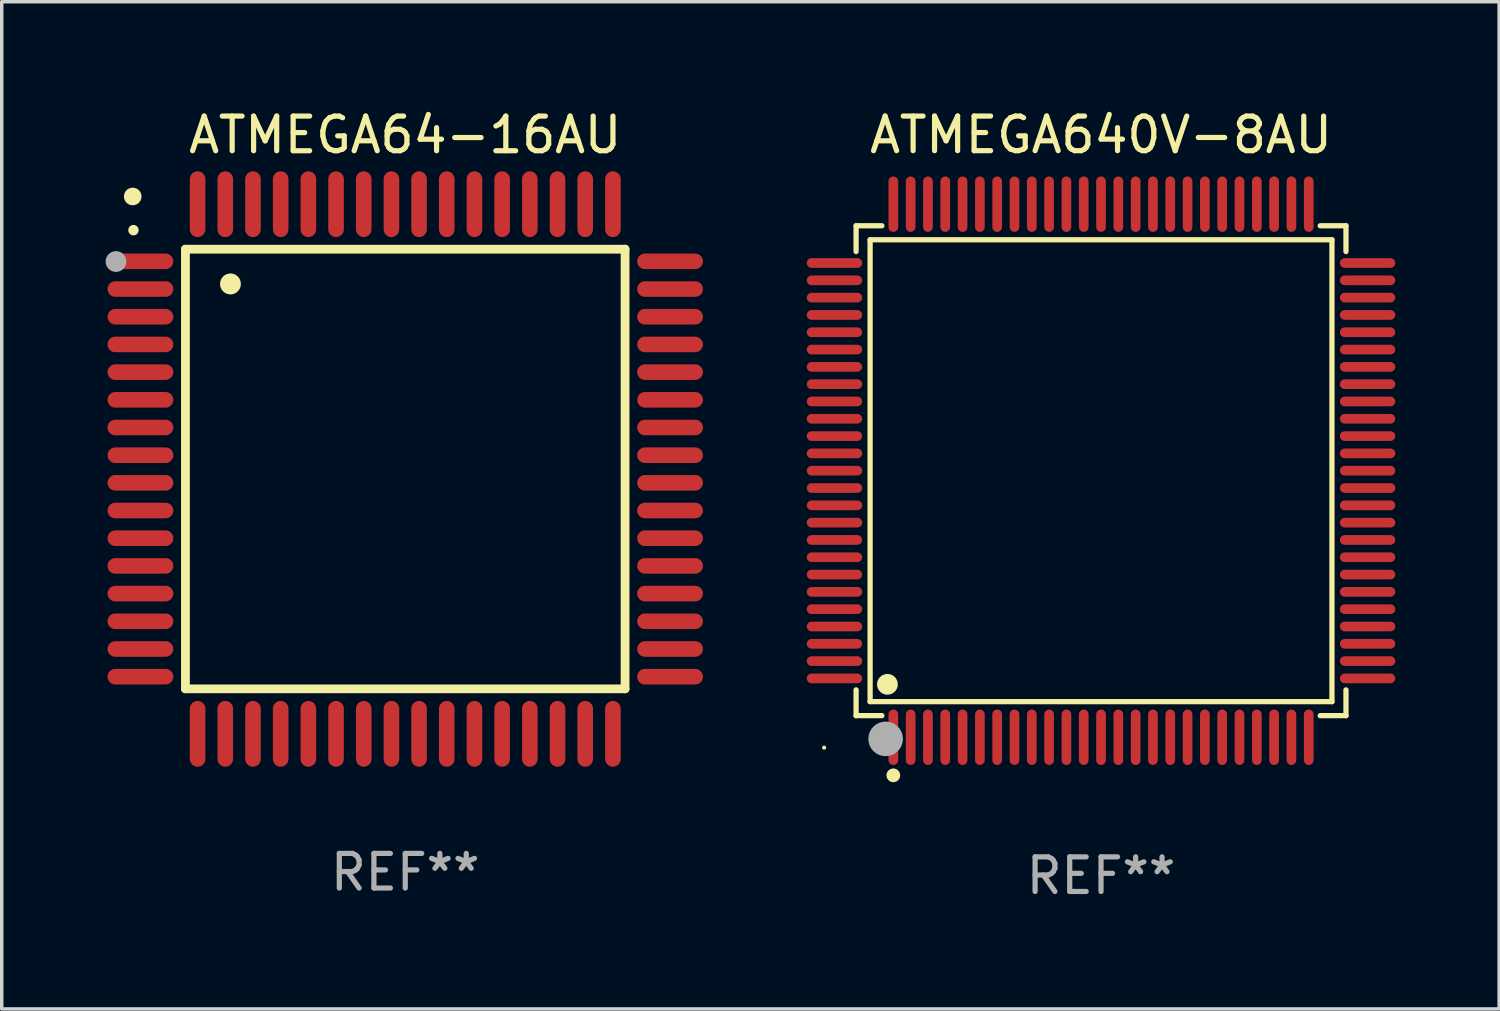
<source format=kicad_pcb>
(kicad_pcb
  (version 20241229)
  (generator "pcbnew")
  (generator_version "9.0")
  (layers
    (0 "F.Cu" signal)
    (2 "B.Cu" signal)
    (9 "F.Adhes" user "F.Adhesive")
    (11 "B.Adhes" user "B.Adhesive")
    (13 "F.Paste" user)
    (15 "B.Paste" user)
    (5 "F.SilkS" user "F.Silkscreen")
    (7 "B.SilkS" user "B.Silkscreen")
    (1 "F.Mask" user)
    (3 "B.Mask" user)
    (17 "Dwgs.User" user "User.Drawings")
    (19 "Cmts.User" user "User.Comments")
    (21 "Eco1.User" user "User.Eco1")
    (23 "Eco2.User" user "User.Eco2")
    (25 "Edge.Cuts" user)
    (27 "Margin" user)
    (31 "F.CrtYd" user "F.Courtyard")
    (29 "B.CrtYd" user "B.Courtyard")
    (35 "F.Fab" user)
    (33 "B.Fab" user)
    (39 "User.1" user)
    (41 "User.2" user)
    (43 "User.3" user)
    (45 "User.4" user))
  (footprint "ATMEGA64-16AU"
    (layer "F.Cu")
    (at 8.657 10.499)
    (property "Reference" "ATMEGA64-16AU" (at 0 -9.65 0) (layer "F.SilkS") (effects (font (size 1 1) (thickness 0.15))))
    (attr through_hole)
    (fp_line (start -6.35 -6.35) (end 6.35 -6.35) (stroke (width 0.254) (type solid)) (layer "F.SilkS"))
    (fp_line (start -6.35 6.35) (end -6.35 -6.35) (stroke (width 0.254) (type solid)) (layer "F.SilkS"))
    (fp_line (start 6.35 -6.35) (end 6.35 6.35) (stroke (width 0.254) (type solid)) (layer "F.SilkS"))
    (fp_line (start 6.35 6.35) (end -6.35 6.35) (stroke (width 0.254) (type solid)) (layer "F.SilkS"))
    (fp_arc (start -7.851156 -6.898654) (mid -7.851161 -6.899924) (end -7.851156 -6.901194) (stroke (width 0.3) (type solid)) (layer "F.SilkS"))
    (fp_arc (start -5.04953 -5.344171) (mid -5.049541 -5.346711) (end -5.04953 -5.349251) (stroke (width 0.6) (type solid)) (layer "F.SilkS"))
    (fp_circle (center -7.873 -7.873) (end -7.746 -7.873) (stroke (width 0.254) (type solid)) (fill no) (layer "F.SilkS"))
    (fp_circle (center -8.357 -5.994) (end -8.207 -5.994) (stroke (width 0.3) (type solid)) (fill no) (layer "F.Fab"))
    (fp_text user "REF**" (at 0 11.65 0) (layer "F.Fab") (effects (font (size 1 1) (thickness 0.15))))
    (pad "1" smd oval (at -7.65 -5.999 90) (size 0.45 1.9) (layers "F.Cu" "F.Mask" "F.Paste"))
    (pad "2" smd oval (at -7.65 -5.199 90) (size 0.45 1.9) (layers "F.Cu" "F.Mask" "F.Paste"))
    (pad "3" smd oval (at -7.65 -4.399 90) (size 0.45 1.9) (layers "F.Cu" "F.Mask" "F.Paste"))
    (pad "4" smd oval (at -7.65 -3.599 90) (size 0.45 1.9) (layers "F.Cu" "F.Mask" "F.Paste"))
    (pad "5" smd oval (at -7.65 -2.799 90) (size 0.45 1.9) (layers "F.Cu" "F.Mask" "F.Paste"))
    (pad "6" smd oval (at -7.65 -1.999 90) (size 0.45 1.9) (layers "F.Cu" "F.Mask" "F.Paste"))
    (pad "7" smd oval (at -7.65 -1.199 90) (size 0.45 1.9) (layers "F.Cu" "F.Mask" "F.Paste"))
    (pad "8" smd oval (at -7.65 -0.399 90) (size 0.45 1.9) (layers "F.Cu" "F.Mask" "F.Paste"))
    (pad "9" smd oval (at -7.65 0.399 90) (size 0.45 1.9) (layers "F.Cu" "F.Mask" "F.Paste"))
    (pad "10" smd oval (at -7.65 1.199 90) (size 0.45 1.9) (layers "F.Cu" "F.Mask" "F.Paste"))
    (pad "11" smd oval (at -7.65 1.999 90) (size 0.45 1.9) (layers "F.Cu" "F.Mask" "F.Paste"))
    (pad "12" smd oval (at -7.65 2.799 90) (size 0.45 1.9) (layers "F.Cu" "F.Mask" "F.Paste"))
    (pad "13" smd oval (at -7.65 3.599 90) (size 0.45 1.9) (layers "F.Cu" "F.Mask" "F.Paste"))
    (pad "14" smd oval (at -7.65 4.399 90) (size 0.45 1.9) (layers "F.Cu" "F.Mask" "F.Paste"))
    (pad "15" smd oval (at -7.65 5.199 90) (size 0.45 1.9) (layers "F.Cu" "F.Mask" "F.Paste"))
    (pad "16" smd oval (at -7.65 5.999 90) (size 0.45 1.9) (layers "F.Cu" "F.Mask" "F.Paste"))
    (pad "17" smd oval (at -5.999 7.65) (size 0.45 1.9) (layers "F.Cu" "F.Mask" "F.Paste"))
    (pad "18" smd oval (at -5.199 7.65) (size 0.45 1.9) (layers "F.Cu" "F.Mask" "F.Paste"))
    (pad "19" smd oval (at -4.399 7.65) (size 0.45 1.9) (layers "F.Cu" "F.Mask" "F.Paste"))
    (pad "20" smd oval (at -3.599 7.65) (size 0.45 1.9) (layers "F.Cu" "F.Mask" "F.Paste"))
    (pad "21" smd oval (at -2.799 7.65) (size 0.45 1.9) (layers "F.Cu" "F.Mask" "F.Paste"))
    (pad "22" smd oval (at -1.999 7.65) (size 0.45 1.9) (layers "F.Cu" "F.Mask" "F.Paste"))
    (pad "23" smd oval (at -1.199 7.65) (size 0.45 1.9) (layers "F.Cu" "F.Mask" "F.Paste"))
    (pad "24" smd oval (at -0.399 7.65) (size 0.45 1.9) (layers "F.Cu" "F.Mask" "F.Paste"))
    (pad "25" smd oval (at 0.399 7.65) (size 0.45 1.9) (layers "F.Cu" "F.Mask" "F.Paste"))
    (pad "26" smd oval (at 1.199 7.65) (size 0.45 1.9) (layers "F.Cu" "F.Mask" "F.Paste"))
    (pad "27" smd oval (at 1.999 7.65) (size 0.45 1.9) (layers "F.Cu" "F.Mask" "F.Paste"))
    (pad "28" smd oval (at 2.799 7.65) (size 0.45 1.9) (layers "F.Cu" "F.Mask" "F.Paste"))
    (pad "29" smd oval (at 3.599 7.65) (size 0.45 1.9) (layers "F.Cu" "F.Mask" "F.Paste"))
    (pad "30" smd oval (at 4.399 7.65) (size 0.45 1.9) (layers "F.Cu" "F.Mask" "F.Paste"))
    (pad "31" smd oval (at 5.199 7.65) (size 0.45 1.9) (layers "F.Cu" "F.Mask" "F.Paste"))
    (pad "32" smd oval (at 5.999 7.65) (size 0.45 1.9) (layers "F.Cu" "F.Mask" "F.Paste"))
    (pad "33" smd oval (at 7.65 5.999 90) (size 0.45 1.9) (layers "F.Cu" "F.Mask" "F.Paste"))
    (pad "34" smd oval (at 7.65 5.199 90) (size 0.45 1.9) (layers "F.Cu" "F.Mask" "F.Paste"))
    (pad "35" smd oval (at 7.65 4.399 90) (size 0.45 1.9) (layers "F.Cu" "F.Mask" "F.Paste"))
    (pad "36" smd oval (at 7.65 3.599 90) (size 0.45 1.9) (layers "F.Cu" "F.Mask" "F.Paste"))
    (pad "37" smd oval (at 7.65 2.799 90) (size 0.45 1.9) (layers "F.Cu" "F.Mask" "F.Paste"))
    (pad "38" smd oval (at 7.65 1.999 90) (size 0.45 1.9) (layers "F.Cu" "F.Mask" "F.Paste"))
    (pad "39" smd oval (at 7.65 1.199 90) (size 0.45 1.9) (layers "F.Cu" "F.Mask" "F.Paste"))
    (pad "40" smd oval (at 7.65 0.399 90) (size 0.45 1.9) (layers "F.Cu" "F.Mask" "F.Paste"))
    (pad "41" smd oval (at 7.65 -0.399 90) (size 0.45 1.9) (layers "F.Cu" "F.Mask" "F.Paste"))
    (pad "42" smd oval (at 7.65 -1.199 90) (size 0.45 1.9) (layers "F.Cu" "F.Mask" "F.Paste"))
    (pad "43" smd oval (at 7.65 -1.999 90) (size 0.45 1.9) (layers "F.Cu" "F.Mask" "F.Paste"))
    (pad "44" smd oval (at 7.65 -2.799 90) (size 0.45 1.9) (layers "F.Cu" "F.Mask" "F.Paste"))
    (pad "45" smd oval (at 7.65 -3.599 90) (size 0.45 1.9) (layers "F.Cu" "F.Mask" "F.Paste"))
    (pad "46" smd oval (at 7.65 -4.399 90) (size 0.45 1.9) (layers "F.Cu" "F.Mask" "F.Paste"))
    (pad "47" smd oval (at 7.65 -5.199 90) (size 0.45 1.9) (layers "F.Cu" "F.Mask" "F.Paste"))
    (pad "48" smd oval (at 7.65 -5.999 90) (size 0.45 1.9) (layers "F.Cu" "F.Mask" "F.Paste"))
    (pad "49" smd oval (at 5.999 -7.65) (size 0.45 1.9) (layers "F.Cu" "F.Mask" "F.Paste"))
    (pad "50" smd oval (at 5.199 -7.65) (size 0.45 1.9) (layers "F.Cu" "F.Mask" "F.Paste"))
    (pad "51" smd oval (at 4.399 -7.65) (size 0.45 1.9) (layers "F.Cu" "F.Mask" "F.Paste"))
    (pad "52" smd oval (at 3.599 -7.65) (size 0.45 1.9) (layers "F.Cu" "F.Mask" "F.Paste"))
    (pad "53" smd oval (at 2.799 -7.65) (size 0.45 1.9) (layers "F.Cu" "F.Mask" "F.Paste"))
    (pad "54" smd oval (at 1.999 -7.65) (size 0.45 1.9) (layers "F.Cu" "F.Mask" "F.Paste"))
    (pad "55" smd oval (at 1.199 -7.65) (size 0.45 1.9) (layers "F.Cu" "F.Mask" "F.Paste"))
    (pad "56" smd oval (at 0.399 -7.65) (size 0.45 1.9) (layers "F.Cu" "F.Mask" "F.Paste"))
    (pad "57" smd oval (at -0.399 -7.65) (size 0.45 1.9) (layers "F.Cu" "F.Mask" "F.Paste"))
    (pad "58" smd oval (at -1.199 -7.65) (size 0.45 1.9) (layers "F.Cu" "F.Mask" "F.Paste"))
    (pad "59" smd oval (at -1.999 -7.65) (size 0.45 1.9) (layers "F.Cu" "F.Mask" "F.Paste"))
    (pad "60" smd oval (at -2.799 -7.65) (size 0.45 1.9) (layers "F.Cu" "F.Mask" "F.Paste"))
    (pad "61" smd oval (at -3.599 -7.65) (size 0.45 1.9) (layers "F.Cu" "F.Mask" "F.Paste"))
    (pad "62" smd oval (at -4.399 -7.65) (size 0.45 1.9) (layers "F.Cu" "F.Mask" "F.Paste"))
    (pad "63" smd oval (at -5.199 -7.65) (size 0.45 1.9) (layers "F.Cu" "F.Mask" "F.Paste"))
    (pad "64" smd oval (at -5.999 -7.65) (size 0.45 1.9) (layers "F.Cu" "F.Mask" "F.Paste")))
  (footprint "ATMEGA640V-8AU"
    (layer "F.Cu")
    (at 28.757 10.548)
    (property "Reference" "ATMEGA640V-8AU" (at 0 -9.7 0) (layer "F.SilkS") (effects (font (size 1 1) (thickness 0.15))))
    (attr through_hole)
    (fp_line (start -7.076 -7.076) (end -6.331 -7.076) (stroke (width 0.152) (type solid)) (layer "F.SilkS"))
    (fp_line (start -7.076 -6.331) (end -7.076 -7.076) (stroke (width 0.152) (type solid)) (layer "F.SilkS"))
    (fp_line (start -7.076 6.331) (end -7.076 7.076) (stroke (width 0.152) (type solid)) (layer "F.SilkS"))
    (fp_line (start -7.076 7.076) (end -6.331 7.076) (stroke (width 0.152) (type solid)) (layer "F.SilkS"))
    (fp_line (start -6.671 -6.671) (end 6.671 -6.671) (stroke (width 0.152) (type solid)) (layer "F.SilkS"))
    (fp_line (start -6.671 6.671) (end -6.671 -6.671) (stroke (width 0.152) (type solid)) (layer "F.SilkS"))
    (fp_line (start 6.671 -6.671) (end 6.671 6.671) (stroke (width 0.152) (type solid)) (layer "F.SilkS"))
    (fp_line (start 6.671 6.671) (end -6.671 6.671) (stroke (width 0.152) (type solid)) (layer "F.SilkS"))
    (fp_line (start 7.076 -7.076) (end 6.331 -7.076) (stroke (width 0.152) (type solid)) (layer "F.SilkS"))
    (fp_line (start 7.076 -6.331) (end 7.076 -7.076) (stroke (width 0.152) (type solid)) (layer "F.SilkS"))
    (fp_line (start 7.076 6.331) (end 7.076 7.076) (stroke (width 0.152) (type solid)) (layer "F.SilkS"))
    (fp_line (start 7.076 7.076) (end 6.331 7.076) (stroke (width 0.152) (type solid)) (layer "F.SilkS"))
    (fp_circle (center -8 8) (end -7.97 8) (stroke (width 0.06) (type solid)) (fill no) (layer "F.SilkS"))
    (fp_circle (center -6.171 6.171) (end -6.021 6.171) (stroke (width 0.3) (type solid)) (fill no) (layer "F.SilkS"))
    (fp_circle (center -6 8.8) (end -5.9 8.8) (stroke (width 0.2) (type solid)) (fill no) (layer "F.SilkS"))
    (fp_circle (center -6.223 7.747) (end -5.973 7.747) (stroke (width 0.5) (type solid)) (fill no) (layer "F.Fab"))
    (fp_text user "REF**" (at 0 11.7 0) (layer "F.Fab") (effects (font (size 1 1) (thickness 0.15))))
    (pad "1" smd oval (at -6 7.7) (size 0.28 1.6) (layers "F.Cu" "F.Mask" "F.Paste"))
    (pad "2" smd oval (at -5.5 7.7) (size 0.28 1.6) (layers "F.Cu" "F.Mask" "F.Paste"))
    (pad "3" smd oval (at -5 7.7) (size 0.28 1.6) (layers "F.Cu" "F.Mask" "F.Paste"))
    (pad "4" smd oval (at -4.5 7.7) (size 0.28 1.6) (layers "F.Cu" "F.Mask" "F.Paste"))
    (pad "5" smd oval (at -4 7.7) (size 0.28 1.6) (layers "F.Cu" "F.Mask" "F.Paste"))
    (pad "6" smd oval (at -3.5 7.7) (size 0.28 1.6) (layers "F.Cu" "F.Mask" "F.Paste"))
    (pad "7" smd oval (at -3 7.7) (size 0.28 1.6) (layers "F.Cu" "F.Mask" "F.Paste"))
    (pad "8" smd oval (at -2.5 7.7) (size 0.28 1.6) (layers "F.Cu" "F.Mask" "F.Paste"))
    (pad "9" smd oval (at -2 7.7) (size 0.28 1.6) (layers "F.Cu" "F.Mask" "F.Paste"))
    (pad "10" smd oval (at -1.5 7.7) (size 0.28 1.6) (layers "F.Cu" "F.Mask" "F.Paste"))
    (pad "11" smd oval (at -1 7.7) (size 0.28 1.6) (layers "F.Cu" "F.Mask" "F.Paste"))
    (pad "12" smd oval (at -0.5 7.7) (size 0.28 1.6) (layers "F.Cu" "F.Mask" "F.Paste"))
    (pad "13" smd oval (at 0 7.7) (size 0.28 1.6) (layers "F.Cu" "F.Mask" "F.Paste"))
    (pad "14" smd oval (at 0.5 7.7) (size 0.28 1.6) (layers "F.Cu" "F.Mask" "F.Paste"))
    (pad "15" smd oval (at 1 7.7) (size 0.28 1.6) (layers "F.Cu" "F.Mask" "F.Paste"))
    (pad "16" smd oval (at 1.5 7.7) (size 0.28 1.6) (layers "F.Cu" "F.Mask" "F.Paste"))
    (pad "17" smd oval (at 2 7.7) (size 0.28 1.6) (layers "F.Cu" "F.Mask" "F.Paste"))
    (pad "18" smd oval (at 2.5 7.7) (size 0.28 1.6) (layers "F.Cu" "F.Mask" "F.Paste"))
    (pad "19" smd oval (at 3 7.7) (size 0.28 1.6) (layers "F.Cu" "F.Mask" "F.Paste"))
    (pad "20" smd oval (at 3.5 7.7) (size 0.28 1.6) (layers "F.Cu" "F.Mask" "F.Paste"))
    (pad "21" smd oval (at 4 7.7) (size 0.28 1.6) (layers "F.Cu" "F.Mask" "F.Paste"))
    (pad "22" smd oval (at 4.5 7.7) (size 0.28 1.6) (layers "F.Cu" "F.Mask" "F.Paste"))
    (pad "23" smd oval (at 5 7.7) (size 0.28 1.6) (layers "F.Cu" "F.Mask" "F.Paste"))
    (pad "24" smd oval (at 5.5 7.7) (size 0.28 1.6) (layers "F.Cu" "F.Mask" "F.Paste"))
    (pad "25" smd oval (at 6 7.7) (size 0.28 1.6) (layers "F.Cu" "F.Mask" "F.Paste"))
    (pad "26" smd oval (at 7.7 6) (size 1.6 0.28) (layers "F.Cu" "F.Mask" "F.Paste"))
    (pad "27" smd oval (at 7.7 5.5) (size 1.6 0.28) (layers "F.Cu" "F.Mask" "F.Paste"))
    (pad "28" smd oval (at 7.7 5) (size 1.6 0.28) (layers "F.Cu" "F.Mask" "F.Paste"))
    (pad "29" smd oval (at 7.7 4.5) (size 1.6 0.28) (layers "F.Cu" "F.Mask" "F.Paste"))
    (pad "30" smd oval (at 7.7 4) (size 1.6 0.28) (layers "F.Cu" "F.Mask" "F.Paste"))
    (pad "31" smd oval (at 7.7 3.5) (size 1.6 0.28) (layers "F.Cu" "F.Mask" "F.Paste"))
    (pad "32" smd oval (at 7.7 3) (size 1.6 0.28) (layers "F.Cu" "F.Mask" "F.Paste"))
    (pad "33" smd oval (at 7.7 2.5) (size 1.6 0.28) (layers "F.Cu" "F.Mask" "F.Paste"))
    (pad "34" smd oval (at 7.7 2) (size 1.6 0.28) (layers "F.Cu" "F.Mask" "F.Paste"))
    (pad "35" smd oval (at 7.7 1.5) (size 1.6 0.28) (layers "F.Cu" "F.Mask" "F.Paste"))
    (pad "36" smd oval (at 7.7 1) (size 1.6 0.28) (layers "F.Cu" "F.Mask" "F.Paste"))
    (pad "37" smd oval (at 7.7 0.5) (size 1.6 0.28) (layers "F.Cu" "F.Mask" "F.Paste"))
    (pad "38" smd oval (at 7.7 0) (size 1.6 0.28) (layers "F.Cu" "F.Mask" "F.Paste"))
    (pad "39" smd oval (at 7.7 -0.5) (size 1.6 0.28) (layers "F.Cu" "F.Mask" "F.Paste"))
    (pad "40" smd oval (at 7.7 -1) (size 1.6 0.28) (layers "F.Cu" "F.Mask" "F.Paste"))
    (pad "41" smd oval (at 7.7 -1.5) (size 1.6 0.28) (layers "F.Cu" "F.Mask" "F.Paste"))
    (pad "42" smd oval (at 7.7 -2) (size 1.6 0.28) (layers "F.Cu" "F.Mask" "F.Paste"))
    (pad "43" smd oval (at 7.7 -2.5) (size 1.6 0.28) (layers "F.Cu" "F.Mask" "F.Paste"))
    (pad "44" smd oval (at 7.7 -3) (size 1.6 0.28) (layers "F.Cu" "F.Mask" "F.Paste"))
    (pad "45" smd oval (at 7.7 -3.5) (size 1.6 0.28) (layers "F.Cu" "F.Mask" "F.Paste"))
    (pad "46" smd oval (at 7.7 -4) (size 1.6 0.28) (layers "F.Cu" "F.Mask" "F.Paste"))
    (pad "47" smd oval (at 7.7 -4.5) (size 1.6 0.28) (layers "F.Cu" "F.Mask" "F.Paste"))
    (pad "48" smd oval (at 7.7 -5) (size 1.6 0.28) (layers "F.Cu" "F.Mask" "F.Paste"))
    (pad "49" smd oval (at 7.7 -5.5) (size 1.6 0.28) (layers "F.Cu" "F.Mask" "F.Paste"))
    (pad "50" smd oval (at 7.7 -6) (size 1.6 0.28) (layers "F.Cu" "F.Mask" "F.Paste"))
    (pad "51" smd oval (at 6 -7.7) (size 0.28 1.6) (layers "F.Cu" "F.Mask" "F.Paste"))
    (pad "52" smd oval (at 5.5 -7.7) (size 0.28 1.6) (layers "F.Cu" "F.Mask" "F.Paste"))
    (pad "53" smd oval (at 5 -7.7) (size 0.28 1.6) (layers "F.Cu" "F.Mask" "F.Paste"))
    (pad "54" smd oval (at 4.5 -7.7) (size 0.28 1.6) (layers "F.Cu" "F.Mask" "F.Paste"))
    (pad "55" smd oval (at 4 -7.7) (size 0.28 1.6) (layers "F.Cu" "F.Mask" "F.Paste"))
    (pad "56" smd oval (at 3.5 -7.7) (size 0.28 1.6) (layers "F.Cu" "F.Mask" "F.Paste"))
    (pad "57" smd oval (at 3 -7.7) (size 0.28 1.6) (layers "F.Cu" "F.Mask" "F.Paste"))
    (pad "58" smd oval (at 2.5 -7.7) (size 0.28 1.6) (layers "F.Cu" "F.Mask" "F.Paste"))
    (pad "59" smd oval (at 2 -7.7) (size 0.28 1.6) (layers "F.Cu" "F.Mask" "F.Paste"))
    (pad "60" smd oval (at 1.5 -7.7) (size 0.28 1.6) (layers "F.Cu" "F.Mask" "F.Paste"))
    (pad "61" smd oval (at 1 -7.7) (size 0.28 1.6) (layers "F.Cu" "F.Mask" "F.Paste"))
    (pad "62" smd oval (at 0.5 -7.7) (size 0.28 1.6) (layers "F.Cu" "F.Mask" "F.Paste"))
    (pad "63" smd oval (at 0 -7.7) (size 0.28 1.6) (layers "F.Cu" "F.Mask" "F.Paste"))
    (pad "64" smd oval (at -0.5 -7.7) (size 0.28 1.6) (layers "F.Cu" "F.Mask" "F.Paste"))
    (pad "65" smd oval (at -1 -7.7) (size 0.28 1.6) (layers "F.Cu" "F.Mask" "F.Paste"))
    (pad "66" smd oval (at -1.5 -7.7) (size 0.28 1.6) (layers "F.Cu" "F.Mask" "F.Paste"))
    (pad "67" smd oval (at -2 -7.7) (size 0.28 1.6) (layers "F.Cu" "F.Mask" "F.Paste"))
    (pad "68" smd oval (at -2.5 -7.7) (size 0.28 1.6) (layers "F.Cu" "F.Mask" "F.Paste"))
    (pad "69" smd oval (at -3 -7.7) (size 0.28 1.6) (layers "F.Cu" "F.Mask" "F.Paste"))
    (pad "70" smd oval (at -3.5 -7.7) (size 0.28 1.6) (layers "F.Cu" "F.Mask" "F.Paste"))
    (pad "71" smd oval (at -4 -7.7) (size 0.28 1.6) (layers "F.Cu" "F.Mask" "F.Paste"))
    (pad "72" smd oval (at -4.5 -7.7) (size 0.28 1.6) (layers "F.Cu" "F.Mask" "F.Paste"))
    (pad "73" smd oval (at -5 -7.7) (size 0.28 1.6) (layers "F.Cu" "F.Mask" "F.Paste"))
    (pad "74" smd oval (at -5.5 -7.7) (size 0.28 1.6) (layers "F.Cu" "F.Mask" "F.Paste"))
    (pad "75" smd oval (at -6 -7.7) (size 0.28 1.6) (layers "F.Cu" "F.Mask" "F.Paste"))
    (pad "76" smd oval (at -7.7 -6) (size 1.6 0.28) (layers "F.Cu" "F.Mask" "F.Paste"))
    (pad "77" smd oval (at -7.7 -5.5) (size 1.6 0.28) (layers "F.Cu" "F.Mask" "F.Paste"))
    (pad "78" smd oval (at -7.7 -5) (size 1.6 0.28) (layers "F.Cu" "F.Mask" "F.Paste"))
    (pad "79" smd oval (at -7.7 -4.5) (size 1.6 0.28) (layers "F.Cu" "F.Mask" "F.Paste"))
    (pad "80" smd oval (at -7.7 -4) (size 1.6 0.28) (layers "F.Cu" "F.Mask" "F.Paste"))
    (pad "81" smd oval (at -7.7 -3.5) (size 1.6 0.28) (layers "F.Cu" "F.Mask" "F.Paste"))
    (pad "82" smd oval (at -7.7 -3) (size 1.6 0.28) (layers "F.Cu" "F.Mask" "F.Paste"))
    (pad "83" smd oval (at -7.7 -2.5) (size 1.6 0.28) (layers "F.Cu" "F.Mask" "F.Paste"))
    (pad "84" smd oval (at -7.7 -2) (size 1.6 0.28) (layers "F.Cu" "F.Mask" "F.Paste"))
    (pad "85" smd oval (at -7.7 -1.5) (size 1.6 0.28) (layers "F.Cu" "F.Mask" "F.Paste"))
    (pad "86" smd oval (at -7.7 -1) (size 1.6 0.28) (layers "F.Cu" "F.Mask" "F.Paste"))
    (pad "87" smd oval (at -7.7 -0.5) (size 1.6 0.28) (layers "F.Cu" "F.Mask" "F.Paste"))
    (pad "88" smd oval (at -7.7 0) (size 1.6 0.28) (layers "F.Cu" "F.Mask" "F.Paste"))
    (pad "89" smd oval (at -7.7 0.5) (size 1.6 0.28) (layers "F.Cu" "F.Mask" "F.Paste"))
    (pad "90" smd oval (at -7.7 1) (size 1.6 0.28) (layers "F.Cu" "F.Mask" "F.Paste"))
    (pad "91" smd oval (at -7.7 1.5) (size 1.6 0.28) (layers "F.Cu" "F.Mask" "F.Paste"))
    (pad "92" smd oval (at -7.7 2) (size 1.6 0.28) (layers "F.Cu" "F.Mask" "F.Paste"))
    (pad "93" smd oval (at -7.7 2.5) (size 1.6 0.28) (layers "F.Cu" "F.Mask" "F.Paste"))
    (pad "94" smd oval (at -7.7 3) (size 1.6 0.28) (layers "F.Cu" "F.Mask" "F.Paste"))
    (pad "95" smd oval (at -7.7 3.5) (size 1.6 0.28) (layers "F.Cu" "F.Mask" "F.Paste"))
    (pad "96" smd oval (at -7.7 4) (size 1.6 0.28) (layers "F.Cu" "F.Mask" "F.Paste"))
    (pad "97" smd oval (at -7.7 4.5) (size 1.6 0.28) (layers "F.Cu" "F.Mask" "F.Paste"))
    (pad "98" smd oval (at -7.7 5) (size 1.6 0.28) (layers "F.Cu" "F.Mask" "F.Paste"))
    (pad "99" smd oval (at -7.7 5.5) (size 1.6 0.28) (layers "F.Cu" "F.Mask" "F.Paste"))
    (pad "100" smd oval (at -7.7 6) (size 1.6 0.28) (layers "F.Cu" "F.Mask" "F.Paste")))
  (gr_rect
    (start -3 -3)
    (end 40.257 26.097)
    (stroke (width 0.1) (type default))
    (fill no)
    (layer "Edge.Cuts")))
</source>
